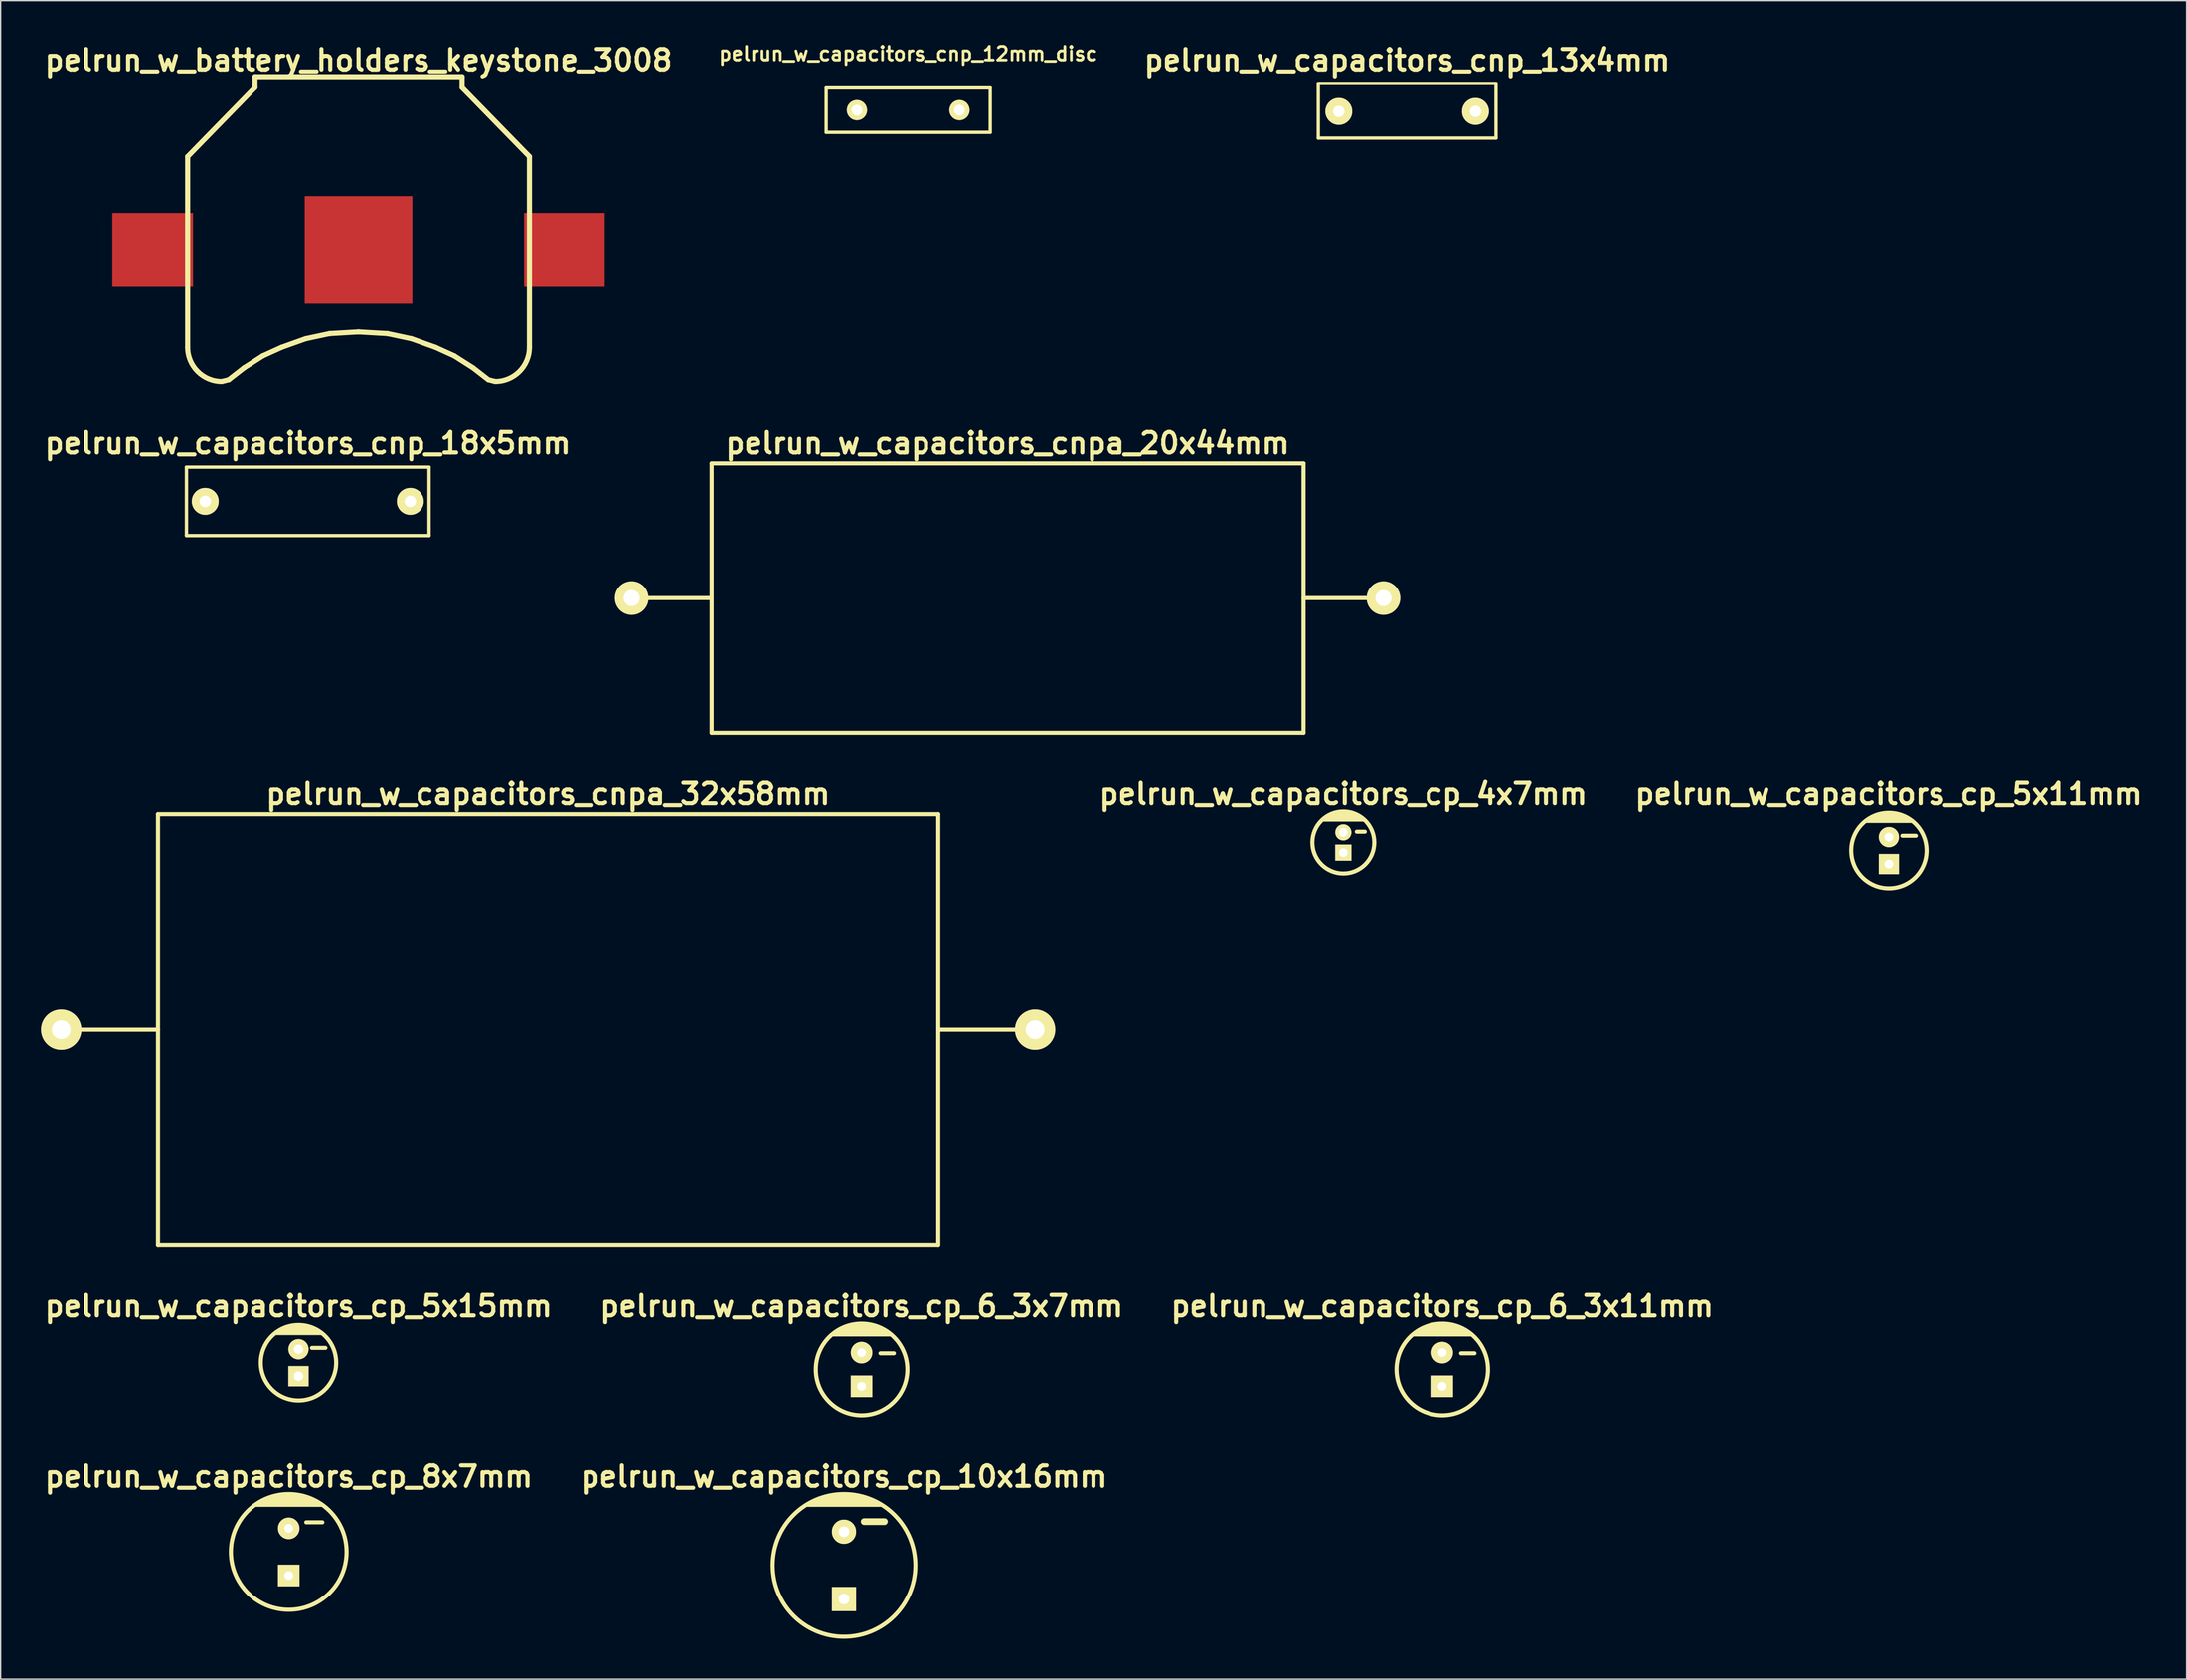
<source format=kicad_pcb>
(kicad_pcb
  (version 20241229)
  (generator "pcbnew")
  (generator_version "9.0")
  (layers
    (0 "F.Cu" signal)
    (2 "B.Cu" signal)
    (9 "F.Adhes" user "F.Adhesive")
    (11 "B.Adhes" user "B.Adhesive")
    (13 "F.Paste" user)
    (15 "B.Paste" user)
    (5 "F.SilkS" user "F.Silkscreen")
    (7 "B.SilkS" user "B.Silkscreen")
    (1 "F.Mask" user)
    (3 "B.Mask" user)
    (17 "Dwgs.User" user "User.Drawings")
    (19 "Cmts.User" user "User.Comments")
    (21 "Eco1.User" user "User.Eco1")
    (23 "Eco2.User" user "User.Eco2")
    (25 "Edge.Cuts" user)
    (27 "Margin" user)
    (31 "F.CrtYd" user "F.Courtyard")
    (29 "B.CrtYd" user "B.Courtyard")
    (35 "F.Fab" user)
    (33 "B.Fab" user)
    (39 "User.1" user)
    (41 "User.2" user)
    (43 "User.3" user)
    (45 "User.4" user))
  (footprint "pelrun_w_capacitors_cp_4x7mm"
    (layer "F.Cu")
    (at 96.799 59.602)
    (property "Reference" "pelrun_w_capacitors_cp_4x7mm" (at 0 -3.6 0) (layer "F.SilkS") (effects (font (size 1.524 1.524) (thickness 0.305))))
    (attr through_hole)
    (fp_line (start -1.5 -1.7) (end 1.5 -1.7) (stroke (width 0.305) (type solid)) (layer "F.SilkS"))
    (fp_line (start -1.2 -1.9) (end 1.2 -1.9) (stroke (width 0.305) (type solid)) (layer "F.SilkS"))
    (fp_line (start -0.7 -2.1) (end 0.7 -2.1) (stroke (width 0.305) (type solid)) (layer "F.SilkS"))
    (fp_line (start 1 -0.8) (end 1.6 -0.8) (stroke (width 0.3) (type solid)) (layer "F.SilkS"))
    (fp_circle (center 0 0) (end -2.3 0) (stroke (width 0.305) (type solid)) (fill no) (layer "F.SilkS"))
    (pad "1" thru_hole rect (at 0 0.75) (size 1.2 1.2) (drill 0.65) (layers "*.Cu" "*.Mask" "F.SilkS"))
    (pad "2" thru_hole circle (at 0 -0.75) (size 1.2 1.2) (drill 0.65) (layers "*.Cu" "*.Mask" "F.SilkS")))
  (footprint "pelrun_w_capacitors_cp_5x11mm"
    (layer "F.Cu")
    (at 137.347 60.202)
    (property "Reference" "pelrun_w_capacitors_cp_5x11mm" (at 0 -4.2 0) (layer "F.SilkS") (effects (font (size 1.524 1.524) (thickness 0.305))))
    (attr through_hole)
    (fp_line (start -1.7 -2.2) (end 1.7 -2.2) (stroke (width 0.305) (type solid)) (layer "F.SilkS"))
    (fp_line (start -1.3 -2.4) (end 1.3 -2.4) (stroke (width 0.305) (type solid)) (layer "F.SilkS"))
    (fp_line (start -0.8 -2.6) (end 0.8 -2.6) (stroke (width 0.305) (type solid)) (layer "F.SilkS"))
    (fp_line (start 1 -1.1) (end 2 -1.1) (stroke (width 0.3) (type solid)) (layer "F.SilkS"))
    (fp_circle (center 0 0) (end 2.8 0) (stroke (width 0.305) (type solid)) (fill no) (layer "F.SilkS"))
    (pad "1" thru_hole rect (at 0 1) (size 1.5 1.5) (drill 0.65) (layers "*.Cu" "*.Mask" "F.SilkS"))
    (pad "2" thru_hole circle (at 0 -1) (size 1.5 1.5) (drill 0.65) (layers "*.Cu" "*.Mask" "F.SilkS")))
  (footprint "pelrun_w_capacitors_cnp_18x5mm"
    (layer "F.Cu")
    (at 19.827 34.24)
    (property "Reference" "pelrun_w_capacitors_cnp_18x5mm" (at 0 -4.318 0) (layer "F.SilkS") (effects (font (size 1.524 1.524) (thickness 0.305))))
    (attr through_hole)
    (fp_line (start -9.017 -2.54) (end -9.017 2.54) (stroke (width 0.249) (type solid)) (layer "F.SilkS"))
    (fp_line (start -9.017 2.54) (end 9.017 2.54) (stroke (width 0.249) (type solid)) (layer "F.SilkS"))
    (fp_line (start 9.017 -2.54) (end -9.017 -2.54) (stroke (width 0.249) (type solid)) (layer "F.SilkS"))
    (fp_line (start 9.017 2.54) (end 9.017 -2.54) (stroke (width 0.249) (type solid)) (layer "F.SilkS"))
    (pad "1" thru_hole circle (at -7.62 0) (size 1.999 1.999) (drill 0.848) (layers "*.Cu" "*.Mask" "F.SilkS"))
    (pad "2" thru_hole circle (at 7.62 0) (size 1.999 1.999) (drill 0.848) (layers "*.Cu" "*.Mask" "F.SilkS")))
  (footprint "pelrun_w_capacitors_cnpa_20x44mm"
    (layer "F.Cu")
    (at 71.843 41.424)
    (property "Reference" "pelrun_w_capacitors_cnpa_20x44mm" (at 0 -11.501 0) (layer "F.SilkS") (effects (font (size 1.524 1.524) (thickness 0.305))))
    (attr through_hole)
    (fp_line (start -21.999 -10) (end -21.999 10) (stroke (width 0.305) (type solid)) (layer "F.SilkS"))
    (fp_line (start -21.999 0) (end -28.001 0) (stroke (width 0.305) (type solid)) (layer "F.SilkS"))
    (fp_line (start -21.999 10) (end 21.999 10) (stroke (width 0.305) (type solid)) (layer "F.SilkS"))
    (fp_line (start 21.999 -10) (end -21.999 -10) (stroke (width 0.305) (type solid)) (layer "F.SilkS"))
    (fp_line (start 21.999 0) (end 28.001 0) (stroke (width 0.305) (type solid)) (layer "F.SilkS"))
    (fp_line (start 21.999 10) (end 21.999 -10) (stroke (width 0.305) (type solid)) (layer "F.SilkS"))
    (pad "1" thru_hole circle (at 27.94 0) (size 2.499 2.499) (drill 1.199) (layers "*.Cu" "*.Mask" "F.SilkS"))
    (pad "2" thru_hole circle (at -27.94 0) (size 2.499 2.499) (drill 1.199) (layers "*.Cu" "*.Mask" "F.SilkS")))
  (footprint "pelrun_w_capacitors_cp_6_3x7mm"
    (layer "F.Cu")
    (at 60.992 98.781)
    (property "Reference" "pelrun_w_capacitors_cp_6_3x7mm" (at 0 -4.7 0) (layer "F.SilkS") (effects (font (size 1.524 1.524) (thickness 0.305))))
    (attr through_hole)
    (fp_line (start -2.1 -2.6) (end 2.1 -2.6) (stroke (width 0.305) (type solid)) (layer "F.SilkS"))
    (fp_line (start -1.8 -2.8) (end 1.8 -2.8) (stroke (width 0.305) (type solid)) (layer "F.SilkS"))
    (fp_line (start -1.4 -3) (end 1.4 -3) (stroke (width 0.305) (type solid)) (layer "F.SilkS"))
    (fp_line (start -0.8 -3.2) (end 0.9 -3.2) (stroke (width 0.305) (type solid)) (layer "F.SilkS"))
    (fp_line (start 1.4 -1.2) (end 2.4 -1.2) (stroke (width 0.3) (type solid)) (layer "F.SilkS"))
    (fp_circle (center 0 0) (end -3.4 0) (stroke (width 0.305) (type solid)) (fill no) (layer "F.SilkS"))
    (pad "1" thru_hole rect (at 0 1.25) (size 1.6 1.6) (drill 0.65) (layers "*.Cu" "*.Mask" "F.SilkS"))
    (pad "2" thru_hole circle (at 0 -1.25) (size 1.6 1.6) (drill 0.65) (layers "*.Cu" "*.Mask" "F.SilkS")))
  (footprint "pelrun_w_capacitors_cp_10x16mm"
    (layer "F.Cu")
    (at 59.686 113.36)
    (property "Reference" "pelrun_w_capacitors_cp_10x16mm" (at 0 -6.6 0) (layer "F.SilkS") (effects (font (size 1.524 1.524) (thickness 0.305))))
    (attr through_hole)
    (fp_line (start -2.7 -4.5) (end 2.7 -4.5) (stroke (width 0.305) (type solid)) (layer "F.SilkS"))
    (fp_line (start -1.3 -5.1) (end 1.3 -5.1) (stroke (width 0.305) (type solid)) (layer "F.SilkS"))
    (fp_line (start 1.5 -3.25) (end 3 -3.25) (stroke (width 0.5) (type solid)) (layer "F.SilkS"))
    (fp_line (start 1.9 -4.9) (end -1.9 -4.9) (stroke (width 0.305) (type solid)) (layer "F.SilkS"))
    (fp_line (start 2.3 -4.7) (end -2.3 -4.7) (stroke (width 0.305) (type solid)) (layer "F.SilkS"))
    (fp_circle (center 0 0) (end -5.3 0) (stroke (width 0.305) (type solid)) (fill no) (layer "F.SilkS"))
    (pad "1" thru_hole rect (at 0 2.5) (size 1.8 1.8) (drill 0.8) (layers "*.Cu" "*.Mask" "F.SilkS"))
    (pad "2" thru_hole circle (at 0 -2.5) (size 1.8 1.8) (drill 0.8) (layers "*.Cu" "*.Mask" "F.SilkS")))
  (footprint "pelrun_w_capacitors_cnp_13x4mm"
    (layer "F.Cu")
    (at 101.543 5.236)
    (property "Reference" "pelrun_w_capacitors_cnp_13x4mm" (at 0 -3.81 0) (layer "F.SilkS") (effects (font (size 1.524 1.524) (thickness 0.305))))
    (attr through_hole)
    (fp_line (start -6.604 -2.083) (end -6.604 1.981) (stroke (width 0.249) (type solid)) (layer "F.SilkS"))
    (fp_line (start -6.604 -2.083) (end 6.604 -2.083) (stroke (width 0.249) (type solid)) (layer "F.SilkS"))
    (fp_line (start 6.604 1.981) (end -6.604 1.981) (stroke (width 0.249) (type solid)) (layer "F.SilkS"))
    (fp_line (start 6.604 1.981) (end 6.604 -2.083) (stroke (width 0.249) (type solid)) (layer "F.SilkS"))
    (pad "1" thru_hole circle (at -5.08 0) (size 1.999 1.999) (drill 0.848) (layers "*.Cu" "*.Mask" "F.SilkS"))
    (pad "2" thru_hole circle (at 5.08 0) (size 1.999 1.999) (drill 0.848) (layers "*.Cu" "*.Mask" "F.SilkS")))
  (footprint "pelrun_w_capacitors_cp_8x7mm"
    (layer "F.Cu")
    (at 18.411 112.36)
    (property "Reference" "pelrun_w_capacitors_cp_8x7mm" (at 0 -5.6 0) (layer "F.SilkS") (effects (font (size 1.524 1.524) (thickness 0.305))))
    (attr through_hole)
    (fp_line (start -2.4 -3.5) (end 2.4 -3.5) (stroke (width 0.305) (type solid)) (layer "F.SilkS"))
    (fp_line (start -1.8 -3.7) (end 1.8 -3.7) (stroke (width 0.305) (type solid)) (layer "F.SilkS"))
    (fp_line (start -1.4 -3.9) (end 1.4 -3.9) (stroke (width 0.305) (type solid)) (layer "F.SilkS"))
    (fp_line (start -0.8 -4.1) (end 0.9 -4.1) (stroke (width 0.305) (type solid)) (layer "F.SilkS"))
    (fp_line (start 1.3 -2.2) (end 2.5 -2.2) (stroke (width 0.3) (type solid)) (layer "F.SilkS"))
    (fp_circle (center 0 0) (end -4.3 0) (stroke (width 0.305) (type solid)) (fill no) (layer "F.SilkS"))
    (pad "1" thru_hole rect (at 0 1.75) (size 1.6 1.6) (drill 0.65) (layers "*.Cu" "*.Mask" "F.SilkS"))
    (pad "2" thru_hole circle (at 0 -1.75) (size 1.6 1.6) (drill 0.65) (layers "*.Cu" "*.Mask" "F.SilkS")))
  (footprint "pelrun_w_capacitors_cp_5x15mm"
    (layer "F.Cu")
    (at 19.137 98.281)
    (property "Reference" "pelrun_w_capacitors_cp_5x15mm" (at 0 -4.2 0) (layer "F.SilkS") (effects (font (size 1.524 1.524) (thickness 0.305))))
    (attr through_hole)
    (fp_line (start -1.7 -2.2) (end 1.7 -2.2) (stroke (width 0.305) (type solid)) (layer "F.SilkS"))
    (fp_line (start -1.3 -2.4) (end 1.3 -2.4) (stroke (width 0.305) (type solid)) (layer "F.SilkS"))
    (fp_line (start -0.8 -2.6) (end 0.8 -2.6) (stroke (width 0.305) (type solid)) (layer "F.SilkS"))
    (fp_line (start 1 -1.1) (end 2 -1.1) (stroke (width 0.3) (type solid)) (layer "F.SilkS"))
    (fp_circle (center 0 0) (end 2.8 0) (stroke (width 0.305) (type solid)) (fill no) (layer "F.SilkS"))
    (pad "1" thru_hole rect (at 0 1) (size 1.5 1.5) (drill 0.7) (layers "*.Cu" "*.Mask" "F.SilkS"))
    (pad "2" thru_hole circle (at 0 -1) (size 1.5 1.5) (drill 0.7) (layers "*.Cu" "*.Mask" "F.SilkS")))
  (footprint "pelrun_w_capacitors_cnp_12mm_disc"
    (layer "F.Cu")
    (at 64.458 5.142)
    (property "Reference" "pelrun_w_capacitors_cnp_12mm_disc" (at 0 -4.191 0) (layer "F.SilkS") (effects (font (size 1.016 1.016) (thickness 0.203))))
    (attr through_hole)
    (fp_line (start -6.096 -1.651) (end -6.096 1.651) (stroke (width 0.249) (type solid)) (layer "F.SilkS"))
    (fp_line (start -6.096 1.651) (end 6.096 1.651) (stroke (width 0.249) (type solid)) (layer "F.SilkS"))
    (fp_line (start 6.096 -1.651) (end -6.096 -1.651) (stroke (width 0.249) (type solid)) (layer "F.SilkS"))
    (fp_line (start 6.096 1.651) (end 6.096 -1.651) (stroke (width 0.249) (type solid)) (layer "F.SilkS"))
    (pad "1" thru_hole circle (at -3.81 0) (size 1.501 1.501) (drill 0.8) (layers "*.Cu" "*.Mask" "F.SilkS"))
    (pad "2" thru_hole circle (at 3.81 0) (size 1.501 1.501) (drill 0.8) (layers "*.Cu" "*.Mask" "F.SilkS")))
  (footprint "pelrun_w_capacitors_cnpa_32x58mm"
    (layer "F.Cu")
    (at 37.694 73.503)
    (property "Reference" "pelrun_w_capacitors_cnpa_32x58mm" (at 0 -17.501 0) (layer "F.SilkS") (effects (font (size 1.524 1.524) (thickness 0.305))))
    (attr through_hole)
    (fp_line (start -28.999 -15.999) (end 28.999 -15.999) (stroke (width 0.305) (type solid)) (layer "F.SilkS"))
    (fp_line (start -28.999 0) (end -36.5 0) (stroke (width 0.305) (type solid)) (layer "F.SilkS"))
    (fp_line (start -28.999 15.999) (end -28.999 -15.999) (stroke (width 0.305) (type solid)) (layer "F.SilkS"))
    (fp_line (start 28.999 -15.999) (end 28.999 15.999) (stroke (width 0.305) (type solid)) (layer "F.SilkS"))
    (fp_line (start 28.999 0) (end 36.5 0) (stroke (width 0.305) (type solid)) (layer "F.SilkS"))
    (fp_line (start 28.999 15.999) (end -28.999 15.999) (stroke (width 0.305) (type solid)) (layer "F.SilkS"))
    (pad "1" thru_hole circle (at 36.195 0) (size 2.997 2.997) (drill 1.397) (layers "*.Cu" "*.Mask" "F.SilkS"))
    (pad "2" thru_hole circle (at -36.195 0) (size 2.997 2.997) (drill 1.397) (layers "*.Cu" "*.Mask" "F.SilkS")))
  (footprint "pelrun_w_battery_holders_keystone_3008"
    (layer "F.Cu")
    (at 23.6 15.526)
    (property "Reference" "pelrun_w_battery_holders_keystone_3008" (at 0 -14.1 0) (layer "F.SilkS") (effects (font (size 1.524 1.524) (thickness 0.305))))
    (attr through_hole)
    (fp_line (start -12.7 -6.934) (end -12.7 7.214) (stroke (width 0.381) (type solid)) (layer "F.SilkS"))
    (fp_line (start -10.16 9.779) (end -9.652 9.652) (stroke (width 0.381) (type solid)) (layer "F.SilkS"))
    (fp_line (start -9.652 9.652) (end -8.509 8.763) (stroke (width 0.381) (type solid)) (layer "F.SilkS"))
    (fp_line (start -8.509 8.763) (end -7.112 7.874) (stroke (width 0.381) (type solid)) (layer "F.SilkS"))
    (fp_line (start -7.696 -12.878) (end -7.696 -12.065) (stroke (width 0.381) (type solid)) (layer "F.SilkS"))
    (fp_line (start -7.696 -12.878) (end 7.696 -12.878) (stroke (width 0.381) (type solid)) (layer "F.SilkS"))
    (fp_line (start -7.696 -12.065) (end -12.7 -6.934) (stroke (width 0.381) (type solid)) (layer "F.SilkS"))
    (fp_line (start -7.112 7.874) (end -5.715 7.239) (stroke (width 0.381) (type solid)) (layer "F.SilkS"))
    (fp_line (start -5.715 7.239) (end -3.937 6.604) (stroke (width 0.381) (type solid)) (layer "F.SilkS"))
    (fp_line (start -3.937 6.604) (end -2.159 6.223) (stroke (width 0.381) (type solid)) (layer "F.SilkS"))
    (fp_line (start -2.159 6.223) (end 0 6.096) (stroke (width 0.381) (type solid)) (layer "F.SilkS"))
    (fp_line (start 0 6.096) (end 2.159 6.223) (stroke (width 0.381) (type solid)) (layer "F.SilkS"))
    (fp_line (start 2.159 6.223) (end 3.937 6.604) (stroke (width 0.381) (type solid)) (layer "F.SilkS"))
    (fp_line (start 3.937 6.604) (end 5.715 7.239) (stroke (width 0.381) (type solid)) (layer "F.SilkS"))
    (fp_line (start 5.715 7.239) (end 7.112 7.874) (stroke (width 0.381) (type solid)) (layer "F.SilkS"))
    (fp_line (start 7.112 7.874) (end 8.509 8.763) (stroke (width 0.381) (type solid)) (layer "F.SilkS"))
    (fp_line (start 7.696 -12.878) (end 7.696 -12.065) (stroke (width 0.381) (type solid)) (layer "F.SilkS"))
    (fp_line (start 7.696 -12.065) (end 12.7 -6.934) (stroke (width 0.381) (type solid)) (layer "F.SilkS"))
    (fp_line (start 8.509 8.763) (end 9.652 9.652) (stroke (width 0.381) (type solid)) (layer "F.SilkS"))
    (fp_line (start 9.652 9.652) (end 10.16 9.779) (stroke (width 0.381) (type solid)) (layer "F.SilkS"))
    (fp_line (start 12.7 -6.934) (end 12.7 7.214) (stroke (width 0.381) (type solid)) (layer "F.SilkS"))
    (fp_arc (start -10.16 9.779) (mid -11.956051 9.035051) (end -12.7 7.239) (stroke (width 0.381) (type solid)) (layer "F.SilkS"))
    (fp_arc (start 12.7 7.239) (mid 11.956051 9.035051) (end 10.16 9.779) (stroke (width 0.381) (type solid)) (layer "F.SilkS"))
    (pad "1" smd rect (at -15.3 0) (size 6 5.5) (layers "F.Cu" "F.Mask" "F.Paste"))
    (pad "1" smd rect (at 15.3 0) (size 6 5.5) (layers "F.Cu" "F.Mask" "F.Paste"))
    (pad "2" smd rect (at 0 0) (size 8 8) (layers "F.Cu" "F.Mask" "F.Paste")))
  (footprint "pelrun_w_capacitors_cp_6_3x11mm"
    (layer "F.Cu")
    (at 104.153 98.781)
    (property "Reference" "pelrun_w_capacitors_cp_6_3x11mm" (at 0 -4.7 0) (layer "F.SilkS") (effects (font (size 1.524 1.524) (thickness 0.305))))
    (attr through_hole)
    (fp_line (start -2.1 -2.6) (end 2.1 -2.6) (stroke (width 0.305) (type solid)) (layer "F.SilkS"))
    (fp_line (start -1.8 -2.8) (end 1.8 -2.8) (stroke (width 0.305) (type solid)) (layer "F.SilkS"))
    (fp_line (start -1.4 -3) (end 1.4 -3) (stroke (width 0.305) (type solid)) (layer "F.SilkS"))
    (fp_line (start -0.8 -3.2) (end 0.9 -3.2) (stroke (width 0.305) (type solid)) (layer "F.SilkS"))
    (fp_line (start 1.4 -1.2) (end 2.4 -1.2) (stroke (width 0.3) (type solid)) (layer "F.SilkS"))
    (fp_circle (center 0 0) (end -3.4 0) (stroke (width 0.305) (type solid)) (fill no) (layer "F.SilkS"))
    (pad "1" thru_hole rect (at 0 1.25) (size 1.6 1.6) (drill 0.65) (layers "*.Cu" "*.Mask" "F.SilkS"))
    (pad "2" thru_hole circle (at 0 -1.25) (size 1.6 1.6) (drill 0.65) (layers "*.Cu" "*.Mask" "F.SilkS")))
  (gr_rect
    (start -3 -3)
    (end 159.484 121.813)
    (stroke (width 0.1) (type default))
    (fill no)
    (layer "Edge.Cuts")))
</source>
